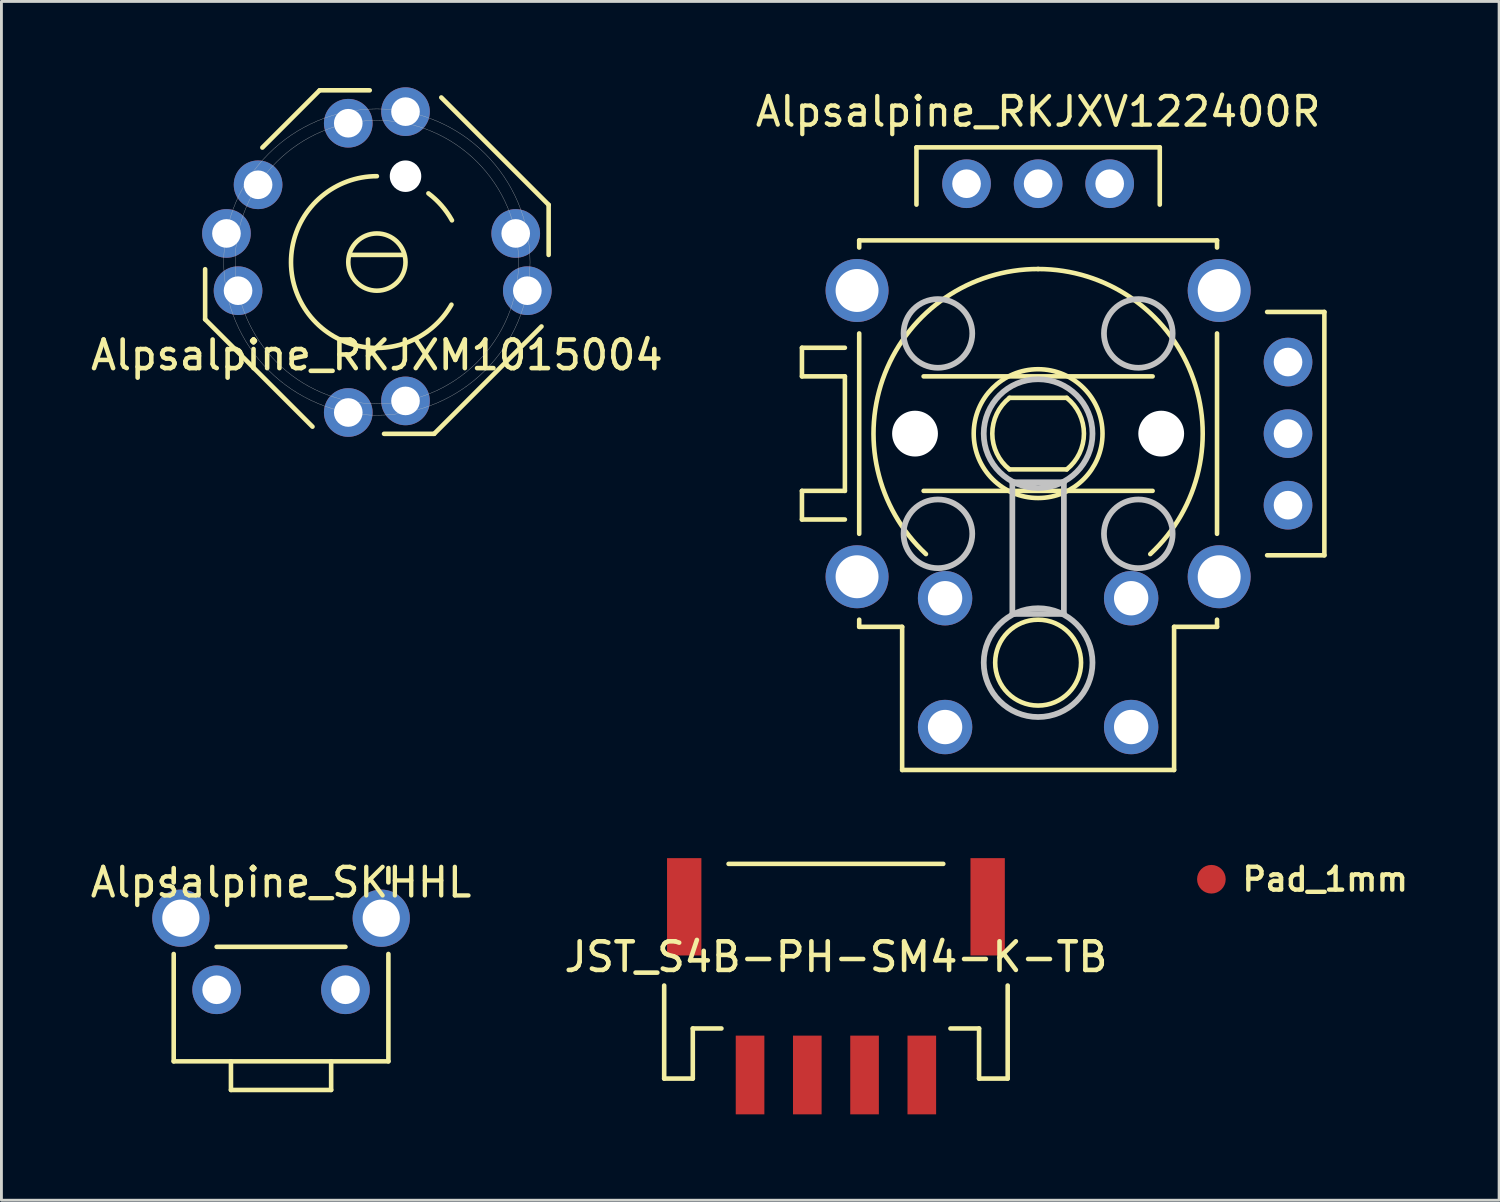
<source format=kicad_pcb>
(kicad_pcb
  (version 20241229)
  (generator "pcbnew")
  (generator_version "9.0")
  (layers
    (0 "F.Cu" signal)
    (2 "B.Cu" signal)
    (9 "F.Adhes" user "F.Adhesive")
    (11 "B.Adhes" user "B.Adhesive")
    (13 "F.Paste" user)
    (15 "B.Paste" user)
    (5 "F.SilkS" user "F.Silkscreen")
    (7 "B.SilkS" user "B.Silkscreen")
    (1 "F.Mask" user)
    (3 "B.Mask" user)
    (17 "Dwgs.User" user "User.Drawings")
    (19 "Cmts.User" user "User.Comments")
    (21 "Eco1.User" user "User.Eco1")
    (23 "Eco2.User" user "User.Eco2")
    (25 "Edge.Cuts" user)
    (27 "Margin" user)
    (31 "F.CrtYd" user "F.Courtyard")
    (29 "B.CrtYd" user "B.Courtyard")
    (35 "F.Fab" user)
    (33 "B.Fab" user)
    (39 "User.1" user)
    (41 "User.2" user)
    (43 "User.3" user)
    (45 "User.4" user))
  (footprint "Alpsalpine_RKJXV122400R"
    (layer "F.Cu")
    (at 33.215 12.098)
    (property "Reference" "Alpsalpine_RKJXV122400R" (at 0 -11.25 0) (layer "F.SilkS") (effects (font (size 1 1) (thickness 0.15))))
    (attr through_hole)
    (fp_line (start -8.25 -3) (end -6.75 -3) (stroke (width 0.16) (type default)) (layer "F.SilkS"))
    (fp_line (start -8.25 -2) (end -8.25 -3) (stroke (width 0.16) (type default)) (layer "F.SilkS"))
    (fp_line (start -8.25 2) (end -8.25 3) (stroke (width 0.16) (type default)) (layer "F.SilkS"))
    (fp_line (start -8.25 3) (end -6.75 3) (stroke (width 0.16) (type default)) (layer "F.SilkS"))
    (fp_line (start -6.75 -2) (end -8.25 -2) (stroke (width 0.16) (type default)) (layer "F.SilkS"))
    (fp_line (start -6.75 -2) (end -6.75 2) (stroke (width 0.16) (type default)) (layer "F.SilkS"))
    (fp_line (start -6.75 2) (end -8.25 2) (stroke (width 0.16) (type default)) (layer "F.SilkS"))
    (fp_line (start -6.25 -6.75) (end -6.25 -6.5) (stroke (width 0.16) (type default)) (layer "F.SilkS"))
    (fp_line (start -6.25 -6.75) (end 6.25 -6.75) (stroke (width 0.16) (type default)) (layer "F.SilkS"))
    (fp_line (start -6.25 3.5) (end -6.25 -3.5) (stroke (width 0.16) (type default)) (layer "F.SilkS"))
    (fp_line (start -6.25 6.5) (end -6.25 6.75) (stroke (width 0.16) (type default)) (layer "F.SilkS"))
    (fp_line (start -6.25 6.75) (end -4.75 6.75) (stroke (width 0.16) (type default)) (layer "F.SilkS"))
    (fp_line (start -4.75 11.75) (end -4.75 6.75) (stroke (width 0.16) (type default)) (layer "F.SilkS"))
    (fp_line (start -4.25 -8) (end -4.25 -10) (stroke (width 0.16) (type default)) (layer "F.SilkS"))
    (fp_line (start -1 -1.25) (end 1 -1.25) (stroke (width 0.16) (type default)) (layer "F.SilkS"))
    (fp_line (start -1 1.25) (end 1 1.25) (stroke (width 0.16) (type default)) (layer "F.SilkS"))
    (fp_line (start 4 -2) (end -4 -2) (stroke (width 0.16) (type default)) (layer "F.SilkS"))
    (fp_line (start 4 2) (end -4 2) (stroke (width 0.16) (type default)) (layer "F.SilkS"))
    (fp_line (start 4.25 -10) (end -4.25 -10) (stroke (width 0.16) (type default)) (layer "F.SilkS"))
    (fp_line (start 4.25 -8) (end 4.25 -10) (stroke (width 0.16) (type default)) (layer "F.SilkS"))
    (fp_line (start 4.75 6.75) (end 6.25 6.75) (stroke (width 0.16) (type default)) (layer "F.SilkS"))
    (fp_line (start 4.75 11.75) (end -4.75 11.75) (stroke (width 0.16) (type default)) (layer "F.SilkS"))
    (fp_line (start 4.75 11.75) (end 4.75 6.75) (stroke (width 0.16) (type default)) (layer "F.SilkS"))
    (fp_line (start 6.25 -6.75) (end 6.25 -6.5) (stroke (width 0.16) (type default)) (layer "F.SilkS"))
    (fp_line (start 6.25 3.5) (end 6.25 -3.5) (stroke (width 0.16) (type default)) (layer "F.SilkS"))
    (fp_line (start 6.25 6.5) (end 6.25 6.75) (stroke (width 0.16) (type default)) (layer "F.SilkS"))
    (fp_line (start 8 -4.25) (end 10 -4.25) (stroke (width 0.16) (type default)) (layer "F.SilkS"))
    (fp_line (start 8 4.25) (end 10 4.25) (stroke (width 0.16) (type default)) (layer "F.SilkS"))
    (fp_line (start 10 4.25) (end 10 -4.25) (stroke (width 0.16) (type default)) (layer "F.SilkS"))
    (fp_arc (start -3.918156 4.208389) (mid -5.350735 -2.105263) (end 0 -5.75) (stroke (width 0.16) (type default)) (layer "F.SilkS"))
    (fp_arc (start -1 1.25) (mid -1.600781 0) (end -1 -1.25) (stroke (width 0.16) (type default)) (layer "F.SilkS"))
    (fp_arc (start 0 -5.75) (mid 5.350735 -2.105263) (end 3.918157 4.20839) (stroke (width 0.16) (type default)) (layer "F.SilkS"))
    (fp_arc (start 1 -1.25) (mid 1.600781 0) (end 1 1.25) (stroke (width 0.16) (type default)) (layer "F.SilkS"))
    (fp_circle (center 0 0) (end 0 2.25) (stroke (width 0.16) (type default)) (fill no) (layer "F.SilkS"))
    (fp_circle (center 0 8) (end 1.5 8) (stroke (width 0.16) (type default)) (fill no) (layer "F.SilkS"))
    (fp_line (start -0.9 1.7) (end -0.9 6.3) (stroke (width 0.2) (type solid)) (layer "Dwgs.User"))
    (fp_line (start -0.9 6.3) (end 0.9 6.3) (stroke (width 0.2) (type solid)) (layer "Dwgs.User"))
    (fp_line (start 0.9 1.7) (end -0.9 1.7) (stroke (width 0.2) (type solid)) (layer "Dwgs.User"))
    (fp_line (start 0.9 6.3) (end 0.9 1.7) (stroke (width 0.2) (type solid)) (layer "Dwgs.User"))
    (fp_circle (center -3.5 -3.5) (end -2.3 -3.5) (stroke (width 0.2) (type solid)) (fill no) (layer "Dwgs.User"))
    (fp_circle (center -3.5 3.5) (end -2.3 3.5) (stroke (width 0.2) (type solid)) (fill no) (layer "Dwgs.User"))
    (fp_circle (center 0 0) (end 1.9 0) (stroke (width 0.2) (type solid)) (fill no) (layer "Dwgs.User"))
    (fp_circle (center 0 8) (end 1.9 8) (stroke (width 0.2) (type solid)) (fill no) (layer "Dwgs.User"))
    (fp_circle (center 3.5 -3.5) (end 4.7 -3.5) (stroke (width 0.2) (type solid)) (fill no) (layer "Dwgs.User"))
    (fp_circle (center 3.5 3.5) (end 4.7 3.5) (stroke (width 0.2) (type solid)) (fill no) (layer "Dwgs.User"))
    (pad "" thru_hole circle (at -6.325 -5) (size 2.2 2.2) (drill 1.5) (layers "*.Cu" "*.Mask"))
    (pad "" thru_hole circle (at -6.325 5) (size 2.2 2.2) (drill 1.5) (layers "*.Cu" "*.Mask"))
    (pad "" np_thru_hole circle (at -4.3 0) (size 1.6 1.6) (drill 1.6) (layers "*.Cu" "*.Mask"))
    (pad "" np_thru_hole circle (at 4.3 0) (size 1.6 1.6) (drill 1.6) (layers "*.Cu" "*.Mask"))
    (pad "" thru_hole circle (at 6.325 -5) (size 2.2 2.2) (drill 1.5) (layers "*.Cu" "*.Mask"))
    (pad "" thru_hole circle (at 6.325 5) (size 2.2 2.2) (drill 1.5) (layers "*.Cu" "*.Mask"))
    (pad "1" thru_hole circle (at 8.73 2.5) (size 1.7 1.7) (drill 1) (layers "*.Cu" "*.Mask"))
    (pad "2" thru_hole circle (at 8.73 0) (size 1.7 1.7) (drill 1) (layers "*.Cu" "*.Mask"))
    (pad "3" thru_hole circle (at 8.73 -2.5) (size 1.7 1.7) (drill 1) (layers "*.Cu" "*.Mask"))
    (pad "4" thru_hole circle (at 2.5 -8.73) (size 1.7 1.7) (drill 1) (layers "*.Cu" "*.Mask"))
    (pad "5" thru_hole circle (at 0 -8.73) (size 1.7 1.7) (drill 1) (layers "*.Cu" "*.Mask"))
    (pad "6" thru_hole circle (at -2.5 -8.73) (size 1.7 1.7) (drill 1) (layers "*.Cu" "*.Mask"))
    (pad "7" thru_hole circle (at -3.25 5.75) (size 1.9 1.9) (drill 1.2) (layers "*.Cu" "*.Mask"))
    (pad "8" thru_hole circle (at -3.25 10.25) (size 1.9 1.9) (drill 1.2) (layers "*.Cu" "*.Mask"))
    (pad "9" thru_hole circle (at 3.25 5.75) (size 1.9 1.9) (drill 1.2) (layers "*.Cu" "*.Mask"))
    (pad "10" thru_hole circle (at 3.25 10.25) (size 1.9 1.9) (drill 1.2) (layers "*.Cu" "*.Mask")))
  (footprint "JST_S4B-PH-SM4-K-TB"
    (layer "F.Cu")
    (at 26.152 31.628)
    (property "Reference" "JST_S4B-PH-SM4-K-TB" (at 0 -1.25 0) (layer "F.SilkS") (effects (font (size 1 1) (thickness 0.16))))
    (attr smd)
    (fp_line (start -6 -0.25) (end -6 3) (stroke (width 0.16) (type solid)) (layer "F.SilkS"))
    (fp_line (start -6 3) (end -5 3) (stroke (width 0.16) (type solid)) (layer "F.SilkS"))
    (fp_line (start -5 3) (end -5 1.25) (stroke (width 0.16) (type solid)) (layer "F.SilkS"))
    (fp_line (start -4 1.25) (end -5 1.25) (stroke (width 0.16) (type solid)) (layer "F.SilkS"))
    (fp_line (start 3.75 -4.5) (end -3.75 -4.5) (stroke (width 0.16) (type solid)) (layer "F.SilkS"))
    (fp_line (start 5 1.25) (end 4 1.25) (stroke (width 0.16) (type solid)) (layer "F.SilkS"))
    (fp_line (start 5 3) (end 5 1.25) (stroke (width 0.16) (type solid)) (layer "F.SilkS"))
    (fp_line (start 5 3) (end 6 3) (stroke (width 0.16) (type solid)) (layer "F.SilkS"))
    (fp_line (start 6 -0.25) (end 6 3) (stroke (width 0.16) (type solid)) (layer "F.SilkS"))
    (pad "" smd rect (at -5.3 -3) (size 1.2 3.4) (layers "F.Cu" "F.Mask" "F.Paste"))
    (pad "" smd rect (at 5.3 -3) (size 1.2 3.4) (layers "F.Cu" "F.Mask" "F.Paste"))
    (pad "1" smd rect (at 3 2.875) (size 1 2.75) (layers "F.Cu" "F.Mask" "F.Paste"))
    (pad "2" smd rect (at 1 2.875) (size 1 2.75) (layers "F.Cu" "F.Mask" "F.Paste"))
    (pad "3" smd rect (at -1 2.875) (size 1 2.75) (layers "F.Cu" "F.Mask" "F.Paste"))
    (pad "4" smd rect (at -3 2.875) (size 1 2.75) (layers "F.Cu" "F.Mask" "F.Paste")))
  (footprint "Alpsalpine_SKHHL"
    (layer "F.Cu")
    (at 6.768 31.526)
    (property "Reference" "Alpsalpine_SKHHL" (at 0 -3.75 0) (layer "F.SilkS") (effects (font (size 1 1) (thickness 0.15))))
    (attr through_hole)
    (fp_line (start -3.75 -3.75) (end -3.75 -4.25) (stroke (width 0.16) (type solid)) (layer "F.SilkS"))
    (fp_line (start -3.75 2.5) (end -3.75 -1.25) (stroke (width 0.16) (type solid)) (layer "F.SilkS"))
    (fp_line (start -3.75 2.5) (end 3.75 2.5) (stroke (width 0.16) (type solid)) (layer "F.SilkS"))
    (fp_line (start -2.25 -1.5) (end 2.25 -1.5) (stroke (width 0.16) (type default)) (layer "F.SilkS"))
    (fp_line (start -1.75 2.5) (end -1.75 3.5) (stroke (width 0.16) (type default)) (layer "F.SilkS"))
    (fp_line (start -1.75 3.5) (end 1.75 3.5) (stroke (width 0.16) (type default)) (layer "F.SilkS"))
    (fp_line (start 1.75 3.5) (end 1.75 2.5) (stroke (width 0.16) (type default)) (layer "F.SilkS"))
    (fp_line (start 3.75 -3.75) (end 3.75 -4.25) (stroke (width 0.16) (type solid)) (layer "F.SilkS"))
    (fp_line (start 3.75 2.5) (end 3.75 -1.25) (stroke (width 0.16) (type solid)) (layer "F.SilkS"))
    (pad "" thru_hole circle (at -3.5 -2.5) (size 2 2) (drill 1.3) (layers "*.Cu" "*.Mask"))
    (pad "" thru_hole circle (at 3.5 -2.5) (size 2 2) (drill 1.3) (layers "*.Cu" "*.Mask"))
    (pad "1" thru_hole circle (at 2.25 0) (size 1.7 1.7) (drill 1) (layers "*.Cu" "*.Mask"))
    (pad "2" thru_hole circle (at -2.25 0) (size 1.7 1.7) (drill 1) (layers "*.Cu" "*.Mask")))
  (footprint "Alpsalpine_RKJXM1015004"
    (layer "F.Cu")
    (at 10.116 6.105)
    (property "Reference" "Alpsalpine_RKJXM1015004" (at 0 3.25 0) (layer "F.SilkS") (effects (font (size 1 1) (thickness 0.16))))
    (attr through_hole)
    (fp_line (start -6 2) (end -6 0.25) (stroke (width 0.16) (type default)) (layer "F.SilkS"))
    (fp_line (start -4 -4) (end -2 -6) (stroke (width 0.16) (type default)) (layer "F.SilkS"))
    (fp_line (start -2.25 5.75) (end -6 2) (stroke (width 0.16) (type default)) (layer "F.SilkS"))
    (fp_line (start -2 -6) (end -0.25 -6) (stroke (width 0.16) (type default)) (layer "F.SilkS"))
    (fp_line (start -0.9 -0.25) (end 0.9 -0.25) (stroke (width 0.16) (type default)) (layer "F.SilkS"))
    (fp_line (start 2 6) (end 0.25 6) (stroke (width 0.16) (type default)) (layer "F.SilkS"))
    (fp_line (start 2.25 -5.75) (end 6 -2) (stroke (width 0.16) (type default)) (layer "F.SilkS"))
    (fp_line (start 5.75 2.25) (end 2 6) (stroke (width 0.16) (type default)) (layer "F.SilkS"))
    (fp_line (start 6 -2) (end 6 -0.25) (stroke (width 0.16) (type default)) (layer "F.SilkS"))
    (fp_arc (start 1.8 -2.4) (mid 2.260953 -1.971824) (end 2.622472 -1.456929) (stroke (width 0.16) (type default)) (layer "F.SilkS"))
    (fp_arc (start 2.604729 1.488417) (mid -2.59473 1.50578) (end 0 -3) (stroke (width 0.16) (type default)) (layer "F.SilkS"))
    (fp_circle (center 0 0) (end 1 0) (stroke (width 0.16) (type default)) (fill no) (layer "F.SilkS"))
    (fp_circle (center 0 0) (end 4.95 0) (stroke (width 0.01) (type solid)) (fill no) (layer "Dwgs.User"))
    (fp_circle (center 0 0) (end 5.35 0) (stroke (width 0.01) (type solid)) (fill no) (layer "Dwgs.User"))
    (pad "" np_thru_hole circle (at 1 -3) (size 1.1 1.1) (drill 1.1) (layers "*.Cu" "*.Mask"))
    (pad "1" thru_hole circle (at 1 4.85) (size 1.7 1.7) (drill 1) (layers "*.Cu" "*.Mask"))
    (pad "2" thru_hole circle (at 4.85 -1) (size 1.7 1.7) (drill 1) (layers "*.Cu" "*.Mask"))
    (pad "3" thru_hole circle (at -1 -4.85) (size 1.7 1.7) (drill 1) (layers "*.Cu" "*.Mask"))
    (pad "4" thru_hole circle (at -4.85 1) (size 1.7 1.7) (drill 1) (layers "*.Cu" "*.Mask"))
    (pad "5" thru_hole circle (at -5.255 -1) (size 1.7 1.7) (drill 1) (layers "*.Cu" "*.Mask"))
    (pad "5" thru_hole circle (at -1 5.255) (size 1.7 1.7) (drill 1) (layers "*.Cu" "*.Mask"))
    (pad "5" thru_hole circle (at 5.255 1) (size 1.7 1.7) (drill 1) (layers "*.Cu" "*.Mask"))
    (pad "6" thru_hole circle (at 1 -5.255) (size 1.7 1.7) (drill 1) (layers "*.Cu" "*.Mask"))
    (pad "7" thru_hole circle (at -4.15 -2.7) (size 1.7 1.7) (drill 1) (layers "*.Cu" "*.Mask")))
  (footprint "Pad_1mm"
    (layer "F.Cu")
    (at 39.268 27.665)
    (property "Reference" "Pad_1mm" (at 1 0 0) (unlocked yes) (layer "F.SilkS") (effects (font (size 0.8 0.8) (thickness 0.153)) (justify left)))
    (pad "1" smd circle (at 0 0) (size 1 1) (layers "F.Cu" "F.Mask")))
  (gr_rect
    (start -3 -3)
    (end 49.319 38.878)
    (stroke (width 0.1) (type default))
    (fill no)
    (layer "Edge.Cuts")))
</source>
